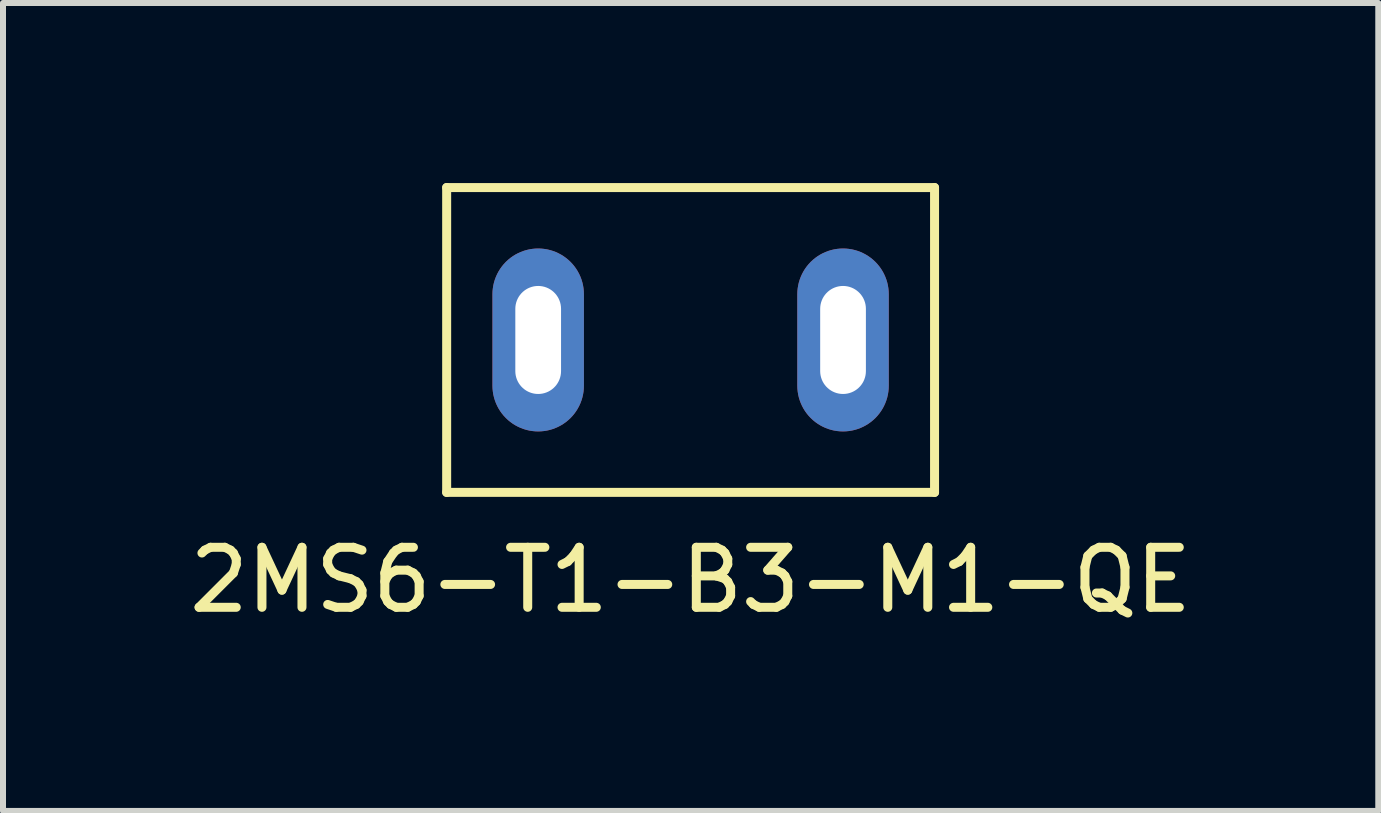
<source format=kicad_pcb>
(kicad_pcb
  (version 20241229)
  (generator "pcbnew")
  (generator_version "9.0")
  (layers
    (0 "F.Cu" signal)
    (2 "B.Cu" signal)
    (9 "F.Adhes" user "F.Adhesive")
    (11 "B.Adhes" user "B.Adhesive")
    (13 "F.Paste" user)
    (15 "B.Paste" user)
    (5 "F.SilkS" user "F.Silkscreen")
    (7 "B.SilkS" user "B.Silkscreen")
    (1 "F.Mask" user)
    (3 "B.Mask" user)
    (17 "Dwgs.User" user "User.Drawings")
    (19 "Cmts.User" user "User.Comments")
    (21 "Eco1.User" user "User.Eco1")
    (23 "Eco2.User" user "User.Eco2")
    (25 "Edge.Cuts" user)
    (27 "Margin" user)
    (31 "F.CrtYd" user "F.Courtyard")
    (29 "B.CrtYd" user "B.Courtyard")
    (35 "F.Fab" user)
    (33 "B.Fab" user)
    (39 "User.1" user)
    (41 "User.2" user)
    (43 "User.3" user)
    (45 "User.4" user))
  (footprint "2MS6-T1-B3-M1-QE"
    (layer "F.Cu")
    (at 8.458 2.615)
    (property "Reference" "2MS6-T1-B3-M1-QE" (at 0 4 0) (layer "F.SilkS") (effects (font (size 1 1) (thickness 0.15))))
    (attr through_hole)
    (fp_line (start -4.065 -2.54) (end 4.065 -2.54) (stroke (width 0.15) (type solid)) (layer "F.SilkS"))
    (fp_line (start -4.065 2.54) (end -4.065 -2.54) (stroke (width 0.15) (type solid)) (layer "F.SilkS"))
    (fp_line (start 4.065 -2.54) (end 4.065 2.54) (stroke (width 0.15) (type solid)) (layer "F.SilkS"))
    (fp_line (start 4.065 2.54) (end -4.065 2.54) (stroke (width 0.15) (type solid)) (layer "F.SilkS"))
    (pad "1" thru_hole oval (at -2.54 0) (size 1.524 3.048) (drill oval 0.762 1.8) (layers "*.Cu" "*.Mask"))
    (pad "2" thru_hole oval (at 2.54 0) (size 1.524 3.048) (drill oval 0.762 1.8) (layers "*.Cu" "*.Mask")))
  (gr_rect
    (start -3 -3)
    (end 19.917 10.463)
    (stroke (width 0.1) (type default))
    (fill no)
    (layer "Edge.Cuts")))
</source>
